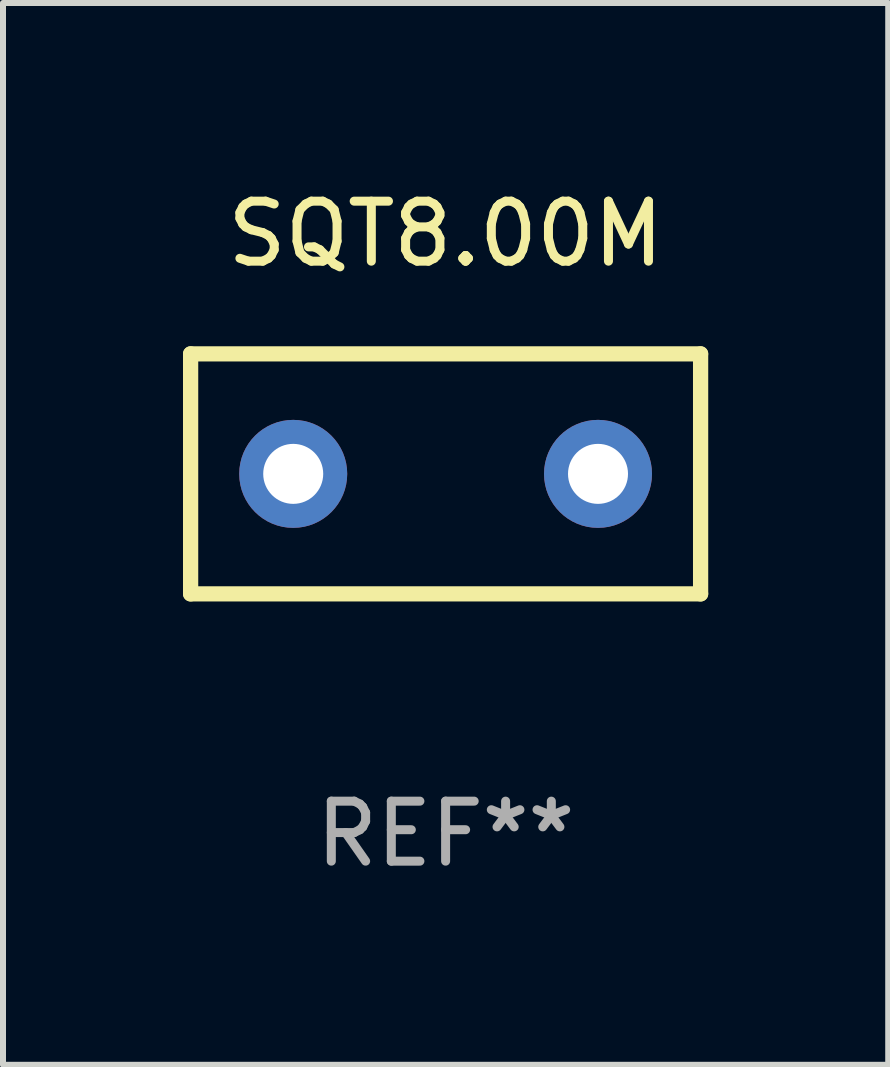
<source format=kicad_pcb>
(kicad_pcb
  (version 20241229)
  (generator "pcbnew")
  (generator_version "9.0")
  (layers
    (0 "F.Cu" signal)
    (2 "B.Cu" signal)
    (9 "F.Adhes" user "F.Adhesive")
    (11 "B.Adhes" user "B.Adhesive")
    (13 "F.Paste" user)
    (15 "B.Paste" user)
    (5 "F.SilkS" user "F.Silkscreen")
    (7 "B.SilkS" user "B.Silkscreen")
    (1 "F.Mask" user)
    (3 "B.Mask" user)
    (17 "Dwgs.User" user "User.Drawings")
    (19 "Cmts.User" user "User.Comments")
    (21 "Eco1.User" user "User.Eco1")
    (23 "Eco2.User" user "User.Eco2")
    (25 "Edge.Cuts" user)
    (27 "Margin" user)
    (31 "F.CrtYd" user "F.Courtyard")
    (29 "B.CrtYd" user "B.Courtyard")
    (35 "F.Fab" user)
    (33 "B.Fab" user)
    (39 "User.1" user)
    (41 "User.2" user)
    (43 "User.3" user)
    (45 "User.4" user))
  (footprint "SQT8.00M"
    (layer "F.Cu")
    (at 4.377 4.848)
    (property "Reference" "SQT8.00M" (at 0 -4 0) (layer "F.SilkS") (effects (font (size 1 1) (thickness 0.15))))
    (attr through_hole)
    (fp_line (start -4.25 2) (end -4.25 -2) (stroke (width 0.254) (type solid)) (layer "F.SilkS"))
    (fp_line (start -4.25 -2) (end 4.25 -2) (stroke (width 0.254) (type solid)) (layer "F.SilkS"))
    (fp_line (start 4.25 2) (end -4.25 2) (stroke (width 0.254) (type solid)) (layer "F.SilkS"))
    (fp_line (start 4.25 -2) (end 4.25 2) (stroke (width 0.254) (type solid)) (layer "F.SilkS"))
    (fp_circle (center -4.25 2) (end -4.22 2) (stroke (width 0.06) (type solid)) (fill no) (layer "F.SilkS"))
    (fp_text user "REF**" (at 0 6 0) (layer "F.Fab") (effects (font (size 1 1) (thickness 0.15))))
    (pad "1" thru_hole circle (at -2.54 0) (size 1.8 1.8) (drill 1) (layers "*.Cu" "*.Mask"))
    (pad "2" thru_hole circle (at 2.54 0) (size 1.8 1.8) (drill 1) (layers "*.Cu" "*.Mask")))
  (gr_rect
    (start -3 -3)
    (end 11.754 14.697)
    (stroke (width 0.1) (type default))
    (fill no)
    (layer "Edge.Cuts")))
</source>
